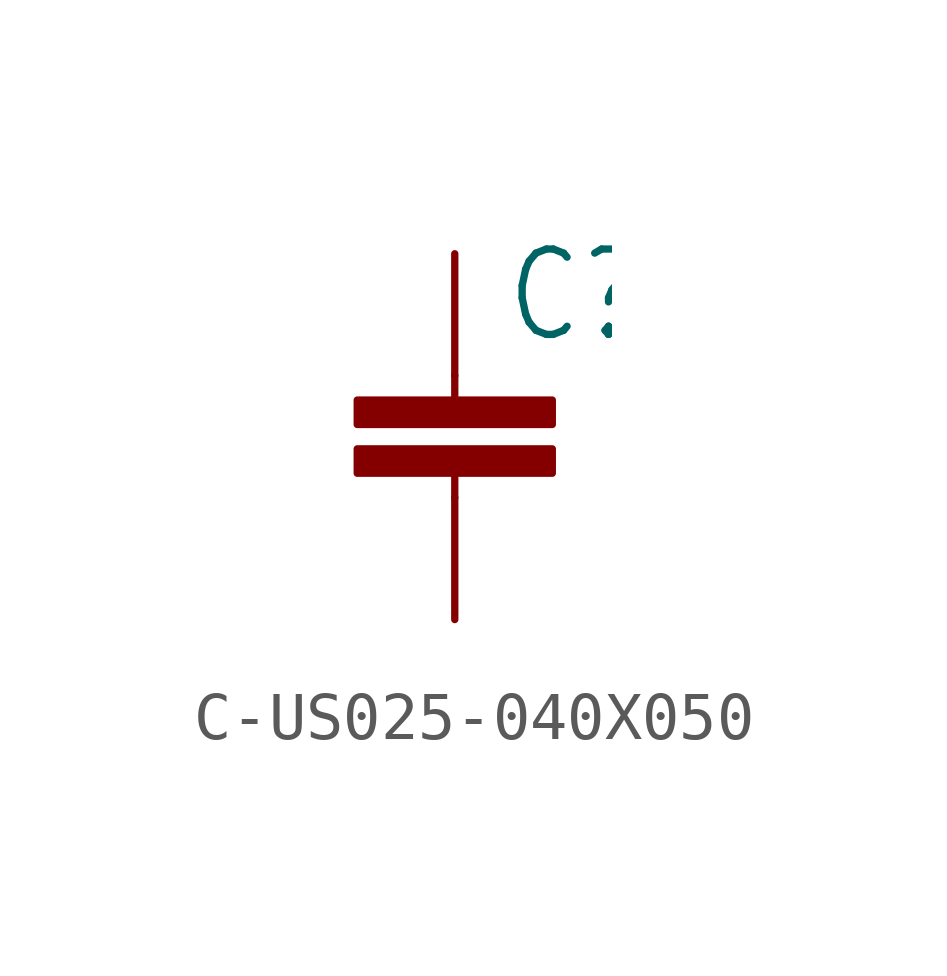
<source format=kicad_sym>
(kicad_symbol_lib
  (version 20231120)
  (generator "kicad_symbol_editor")
  (generator_version "8.99")
  (symbol "C-US025-040X050"
    (property "Reference" "C"
      (at 1.016 0.635 0)
      (effects (font (size 1.778 1.511)) (justify left bottom)))
    (property "Value" ""
      (at 1.016 -4.191 0)
      (effects (font (size 1.778 1.511)) (justify left bottom)))
    (property "ki_locked" ""
      (at 0 0 0)
      (effects (font (size 1.27 1.27))))
    (symbol "C-US025-040X050_1_0"
      (rectangle (start -2.032 -2.032) (end 2.032 -1.524) (stroke (width 0) (type default)) (fill (type outline)))
      (rectangle (start -2.032 -1.016) (end 2.032 -0.508) (stroke (width 0) (type default)) (fill (type outline)))
      (polyline (pts (xy 0 -2.54) (xy 0 -2.032)) (stroke (width 0.152) (type solid)) (fill (type none)))
      (polyline (pts (xy 0 0) (xy 0 -0.508)) (stroke (width 0.152) (type solid)) (fill (type none)))
      (pin passive line (at 0 2.54 270) (length 2.54) (name "1" (effects (font (size 0 0)))) (number "1" (effects (font (size 0 0)))))
      (pin passive line (at 0 -5.08 90) (length 2.54) (name "2" (effects (font (size 0 0)))) (number "2" (effects (font (size 0 0))))))))
</source>
